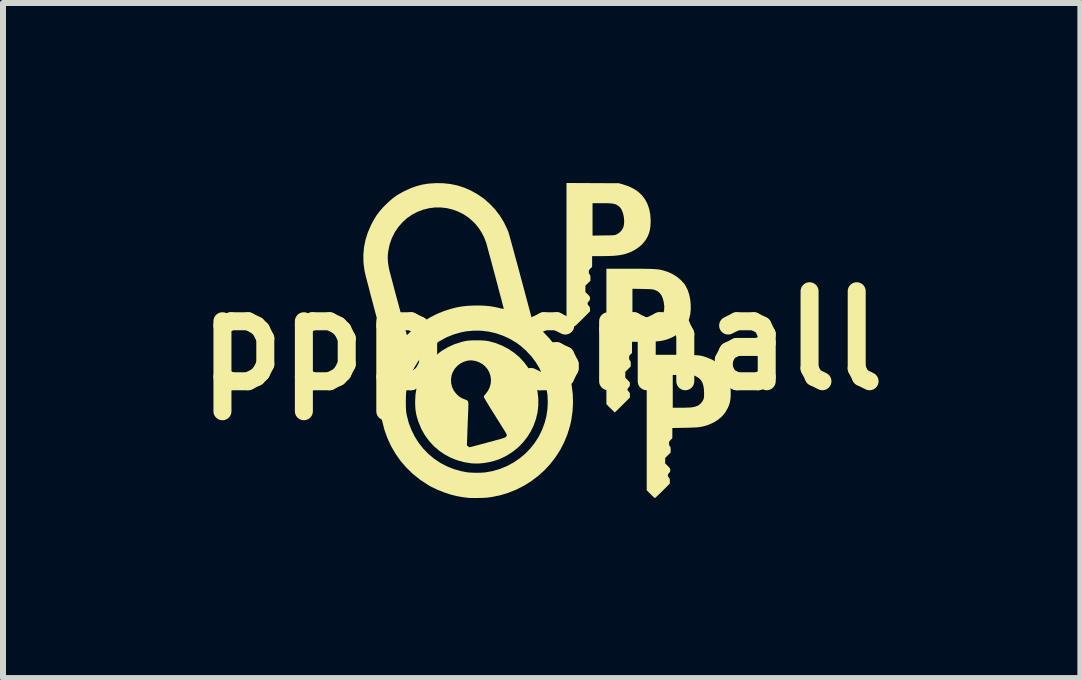
<source format=kicad_pcb>
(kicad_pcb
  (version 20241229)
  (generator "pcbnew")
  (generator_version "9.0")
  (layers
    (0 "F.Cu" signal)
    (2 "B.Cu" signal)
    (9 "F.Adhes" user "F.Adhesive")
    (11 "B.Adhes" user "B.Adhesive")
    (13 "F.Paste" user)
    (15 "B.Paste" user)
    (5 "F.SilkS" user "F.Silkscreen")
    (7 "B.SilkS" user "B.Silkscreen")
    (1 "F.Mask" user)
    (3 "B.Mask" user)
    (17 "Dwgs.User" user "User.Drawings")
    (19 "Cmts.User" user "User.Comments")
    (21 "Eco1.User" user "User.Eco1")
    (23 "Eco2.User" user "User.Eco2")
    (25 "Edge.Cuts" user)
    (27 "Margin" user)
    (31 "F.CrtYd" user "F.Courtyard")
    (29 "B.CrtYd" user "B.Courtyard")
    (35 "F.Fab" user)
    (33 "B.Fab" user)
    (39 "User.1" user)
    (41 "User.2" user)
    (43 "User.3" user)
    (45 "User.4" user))
  (footprint "ppp small"
    (layer "F.Cu")
    (at 5.979 2.626)
    (property "Reference" "ppp small" (at 0 0 0) (layer "F.SilkS") (effects (font (size 1.5 1.5) (thickness 0.3))))
    (attr board_only exclude_from_pos_files exclude_from_bom)
    (fp_poly (pts (xy 0.849 -2.624) (xy 1.285 -2.622) (xy 1.353 -2.603) (xy 1.448 -2.571) (xy 1.533 -2.53) (xy 1.606 -2.481) (xy 1.669 -2.423) (xy 1.72 -2.356) (xy 1.761 -2.28) (xy 1.79 -2.197) (xy 1.809 -2.104) (xy 1.816 -2.004) (xy 1.816 -1.985) (xy 1.812 -1.908) (xy 1.803 -1.842) (xy 1.786 -1.782) (xy 1.762 -1.726) (xy 1.733 -1.677) (xy 1.683 -1.614) (xy 1.622 -1.558) (xy 1.551 -1.51) (xy 1.473 -1.471) (xy 1.388 -1.442) (xy 1.364 -1.436) (xy 1.317 -1.426) (xy 1.266 -1.419) (xy 1.209 -1.413) (xy 1.144 -1.41) (xy 1.069 -1.408) (xy 1 -1.407) (xy 0.84 -1.407) (xy 0.84 -1.318) (xy 0.84 -1.228) (xy 0.812 -1.201) (xy 0.795 -1.182) (xy 0.787 -1.167) (xy 0.784 -1.149) (xy 0.784 -1.144) (xy 0.788 -1.118) (xy 0.798 -1.103) (xy 0.806 -1.093) (xy 0.81 -1.078) (xy 0.812 -1.055) (xy 0.812 -1.044) (xy 0.812 -0.997) (xy 0.77 -0.956) (xy 0.728 -0.914) (xy 0.728 -0.861) (xy 0.728 -0.808) (xy 0.767 -0.77) (xy 0.787 -0.75) (xy 0.798 -0.735) (xy 0.804 -0.721) (xy 0.805 -0.706) (xy 0.805 -0.703) (xy 0.802 -0.68) (xy 0.792 -0.662) (xy 0.784 -0.655) (xy 0.769 -0.634) (xy 0.763 -0.616) (xy 0.769 -0.597) (xy 0.784 -0.578) (xy 0.797 -0.563) (xy 0.803 -0.547) (xy 0.805 -0.525) (xy 0.805 -0.522) (xy 0.805 -0.487) (xy 0.681 -0.362) (xy 0.647 -0.328) (xy 0.615 -0.298) (xy 0.589 -0.272) (xy 0.568 -0.253) (xy 0.554 -0.241) (xy 0.55 -0.238) (xy 0.542 -0.243) (xy 0.527 -0.256) (xy 0.506 -0.275) (xy 0.482 -0.298) (xy 0.478 -0.303) (xy 0.413 -0.368) (xy 0.413 -1.497) (xy 0.413 -2.019) (xy 0.847 -2.019) (xy 0.847 -1.749) (xy 1.031 -1.752) (xy 1.087 -1.752) (xy 1.13 -1.753) (xy 1.164 -1.754) (xy 1.189 -1.755) (xy 1.208 -1.757) (xy 1.223 -1.76) (xy 1.235 -1.763) (xy 1.246 -1.768) (xy 1.252 -1.77) (xy 1.291 -1.795) (xy 1.325 -1.828) (xy 1.351 -1.868) (xy 1.363 -1.896) (xy 1.372 -1.943) (xy 1.374 -1.995) (xy 1.37 -2.049) (xy 1.36 -2.102) (xy 1.344 -2.151) (xy 1.325 -2.193) (xy 1.301 -2.224) (xy 1.298 -2.227) (xy 1.276 -2.245) (xy 1.255 -2.259) (xy 1.233 -2.27) (xy 1.206 -2.278) (xy 1.175 -2.283) (xy 1.135 -2.287) (xy 1.086 -2.289) (xy 1.026 -2.289) (xy 1.007 -2.289) (xy 0.847 -2.289) (xy 0.847 -2.019) (xy 0.413 -2.019) (xy 0.413 -2.626)) (stroke (width 0) (type solid)) (fill yes) (layer "F.SilkS"))
    (fp_poly (pts (xy 2.155 0.238) (xy 2.248 0.238) (xy 2.33 0.238) (xy 2.399 0.239) (xy 2.459 0.24) (xy 2.509 0.241) (xy 2.552 0.243) (xy 2.588 0.245) (xy 2.619 0.248) (xy 2.647 0.252) (xy 2.671 0.257) (xy 2.694 0.263) (xy 2.717 0.27) (xy 2.741 0.278) (xy 2.749 0.281) (xy 2.838 0.318) (xy 2.915 0.363) (xy 2.982 0.418) (xy 3.037 0.48) (xy 3.081 0.551) (xy 3.115 0.631) (xy 3.137 0.719) (xy 3.149 0.817) (xy 3.15 0.876) (xy 3.149 0.939) (xy 3.143 0.993) (xy 3.133 1.041) (xy 3.117 1.089) (xy 3.098 1.131) (xy 3.057 1.201) (xy 3.004 1.264) (xy 2.94 1.319) (xy 2.867 1.365) (xy 2.784 1.402) (xy 2.763 1.41) (xy 2.728 1.421) (xy 2.694 1.43) (xy 2.66 1.437) (xy 2.623 1.443) (xy 2.581 1.447) (xy 2.533 1.45) (xy 2.475 1.452) (xy 2.406 1.454) (xy 2.382 1.454) (xy 2.177 1.458) (xy 2.177 1.543) (xy 2.177 1.628) (xy 2.149 1.656) (xy 2.133 1.673) (xy 2.124 1.688) (xy 2.122 1.706) (xy 2.121 1.716) (xy 2.124 1.741) (xy 2.132 1.758) (xy 2.135 1.761) (xy 2.143 1.771) (xy 2.148 1.786) (xy 2.149 1.809) (xy 2.149 1.82) (xy 2.149 1.866) (xy 2.104 1.911) (xy 2.058 1.956) (xy 2.058 2.002) (xy 2.058 2.048) (xy 2.1 2.09) (xy 2.121 2.111) (xy 2.134 2.127) (xy 2.14 2.14) (xy 2.142 2.154) (xy 2.142 2.16) (xy 2.14 2.183) (xy 2.129 2.201) (xy 2.121 2.209) (xy 2.104 2.232) (xy 2.101 2.255) (xy 2.112 2.276) (xy 2.118 2.282) (xy 2.128 2.294) (xy 2.133 2.308) (xy 2.135 2.328) (xy 2.135 2.341) (xy 2.135 2.384) (xy 2.014 2.505) (xy 1.981 2.538) (xy 1.95 2.568) (xy 1.924 2.593) (xy 1.903 2.612) (xy 1.891 2.623) (xy 1.887 2.625) (xy 1.879 2.621) (xy 1.864 2.608) (xy 1.844 2.589) (xy 1.819 2.565) (xy 1.815 2.561) (xy 1.75 2.496) (xy 1.75 1.367) (xy 1.75 0.847) (xy 2.184 0.847) (xy 2.184 1.12) (xy 2.319 1.12) (xy 2.365 1.12) (xy 2.411 1.118) (xy 2.452 1.117) (xy 2.485 1.115) (xy 2.505 1.113) (xy 2.563 1.101) (xy 2.61 1.081) (xy 2.648 1.051) (xy 2.679 1.012) (xy 2.687 0.998) (xy 2.695 0.982) (xy 2.7 0.967) (xy 2.704 0.951) (xy 2.705 0.929) (xy 2.706 0.898) (xy 2.706 0.875) (xy 2.703 0.805) (xy 2.693 0.747) (xy 2.677 0.698) (xy 2.652 0.659) (xy 2.62 0.627) (xy 2.58 0.602) (xy 2.532 0.578) (xy 2.358 0.575) (xy 2.184 0.573) (xy 2.184 0.847) (xy 1.75 0.847) (xy 1.75 0.238)) (stroke (width 0) (type solid)) (fill yes) (layer "F.SilkS"))
    (fp_poly (pts (xy 1.558 -1.197) (xy 1.639 -1.197) (xy 1.707 -1.196) (xy 1.766 -1.195) (xy 1.816 -1.194) (xy 1.859 -1.192) (xy 1.895 -1.19) (xy 1.926 -1.187) (xy 1.954 -1.184) (xy 1.979 -1.179) (xy 2.004 -1.174) (xy 2.027 -1.168) (xy 2.11 -1.141) (xy 2.188 -1.104) (xy 2.26 -1.058) (xy 2.323 -1.004) (xy 2.376 -0.945) (xy 2.4 -0.907) (xy 2.433 -0.842) (xy 2.458 -0.767) (xy 2.475 -0.687) (xy 2.483 -0.604) (xy 2.484 -0.52) (xy 2.476 -0.44) (xy 2.458 -0.365) (xy 2.45 -0.34) (xy 2.417 -0.272) (xy 2.373 -0.209) (xy 2.318 -0.151) (xy 2.254 -0.1) (xy 2.187 -0.06) (xy 2.142 -0.039) (xy 2.098 -0.022) (xy 2.052 -0.008) (xy 2.004 0.003) (xy 1.95 0.011) (xy 1.89 0.016) (xy 1.82 0.019) (xy 1.739 0.021) (xy 1.699 0.021) (xy 1.505 0.021) (xy 1.505 0.114) (xy 1.505 0.207) (xy 1.481 0.231) (xy 1.465 0.248) (xy 1.458 0.264) (xy 1.456 0.286) (xy 1.456 0.287) (xy 1.459 0.313) (xy 1.467 0.329) (xy 1.47 0.333) (xy 1.479 0.343) (xy 1.483 0.359) (xy 1.484 0.384) (xy 1.484 0.388) (xy 1.484 0.431) (xy 1.439 0.476) (xy 1.393 0.521) (xy 1.393 0.571) (xy 1.393 0.62) (xy 1.432 0.658) (xy 1.451 0.678) (xy 1.463 0.693) (xy 1.468 0.706) (xy 1.47 0.722) (xy 1.47 0.728) (xy 1.468 0.751) (xy 1.461 0.768) (xy 1.449 0.781) (xy 1.436 0.797) (xy 1.429 0.812) (xy 1.428 0.816) (xy 1.433 0.83) (xy 1.445 0.846) (xy 1.449 0.851) (xy 1.462 0.864) (xy 1.468 0.879) (xy 1.47 0.899) (xy 1.47 0.91) (xy 1.47 0.949) (xy 1.346 1.073) (xy 1.312 1.107) (xy 1.281 1.137) (xy 1.255 1.163) (xy 1.235 1.182) (xy 1.222 1.194) (xy 1.218 1.197) (xy 1.212 1.192) (xy 1.198 1.18) (xy 1.178 1.16) (xy 1.154 1.137) (xy 1.146 1.129) (xy 1.078 1.06) (xy 1.078 -0.068) (xy 1.078 -0.589) (xy 1.512 -0.589) (xy 1.512 -0.315) (xy 1.669 -0.315) (xy 1.72 -0.315) (xy 1.767 -0.316) (xy 1.808 -0.318) (xy 1.84 -0.32) (xy 1.861 -0.322) (xy 1.864 -0.323) (xy 1.92 -0.341) (xy 1.966 -0.368) (xy 2.001 -0.404) (xy 2.026 -0.449) (xy 2.04 -0.503) (xy 2.043 -0.565) (xy 2.035 -0.635) (xy 2.034 -0.64) (xy 2.018 -0.702) (xy 1.997 -0.751) (xy 1.968 -0.791) (xy 1.932 -0.821) (xy 1.891 -0.841) (xy 1.877 -0.846) (xy 1.863 -0.85) (xy 1.847 -0.853) (xy 1.826 -0.855) (xy 1.799 -0.857) (xy 1.763 -0.858) (xy 1.716 -0.859) (xy 1.682 -0.86) (xy 1.512 -0.863) (xy 1.512 -0.589) (xy 1.078 -0.589) (xy 1.078 -1.197) (xy 1.465 -1.197)) (stroke (width 0) (type solid)) (fill yes) (layer "F.SilkS"))
    (fp_poly (pts (xy -1.019 -0.003) (xy -0.964 -0.000214) (xy -0.917 0.005) (xy -0.889 0.009) (xy -0.771 0.041) (xy -0.659 0.085) (xy -0.554 0.14) (xy -0.458 0.205) (xy -0.37 0.28) (xy -0.292 0.364) (xy -0.224 0.456) (xy -0.166 0.556) (xy -0.12 0.664) (xy -0.085 0.777) (xy -0.07 0.85) (xy -0.057 0.968) (xy -0.057 1.083) (xy -0.07 1.197) (xy -0.096 1.307) (xy -0.134 1.414) (xy -0.183 1.515) (xy -0.243 1.611) (xy -0.313 1.7) (xy -0.393 1.781) (xy -0.483 1.853) (xy -0.582 1.917) (xy -0.688 1.969) (xy -0.714 1.98) (xy -0.795 2.007) (xy -0.884 2.028) (xy -0.975 2.043) (xy -1.065 2.05) (xy -1.15 2.048) (xy -1.169 2.047) (xy -1.289 2.028) (xy -1.404 1.997) (xy -1.513 1.954) (xy -1.616 1.9) (xy -1.711 1.835) (xy -1.798 1.76) (xy -1.876 1.675) (xy -1.945 1.582) (xy -2.003 1.48) (xy -2.049 1.371) (xy -2.058 1.346) (xy -2.079 1.279) (xy -2.094 1.218) (xy -2.103 1.159) (xy -2.108 1.095) (xy -2.11 1.023) (xy -2.11 1.019) (xy -2.104 0.901) (xy -2.086 0.788) (xy -2.055 0.681) (xy -2.04 0.645) (xy -1.512 0.645) (xy -1.509 0.711) (xy -1.494 0.774) (xy -1.466 0.834) (xy -1.427 0.885) (xy -1.382 0.928) (xy -1.333 0.96) (xy -1.284 0.98) (xy -1.263 0.988) (xy -1.247 0.995) (xy -1.236 1.003) (xy -1.228 1.016) (xy -1.224 1.034) (xy -1.222 1.059) (xy -1.223 1.093) (xy -1.224 1.139) (xy -1.225 1.166) (xy -1.227 1.21) (xy -1.229 1.266) (xy -1.232 1.328) (xy -1.234 1.394) (xy -1.237 1.46) (xy -1.239 1.523) (xy -1.239 1.526) (xy -1.247 1.747) (xy -1.229 1.762) (xy -1.215 1.773) (xy -1.204 1.778) (xy -1.204 1.778) (xy -1.196 1.777) (xy -1.176 1.772) (xy -1.145 1.764) (xy -1.105 1.753) (xy -1.057 1.741) (xy -1.003 1.726) (xy -0.943 1.711) (xy -0.905 1.7) (xy -0.832 1.681) (xy -0.772 1.664) (xy -0.723 1.651) (xy -0.683 1.64) (xy -0.653 1.63) (xy -0.631 1.623) (xy -0.615 1.616) (xy -0.604 1.611) (xy -0.598 1.606) (xy -0.597 1.605) (xy -0.586 1.59) (xy -0.581 1.577) (xy -0.581 1.576) (xy -0.585 1.565) (xy -0.594 1.546) (xy -0.608 1.522) (xy -0.612 1.516) (xy -0.622 1.499) (xy -0.639 1.472) (xy -0.661 1.437) (xy -0.688 1.394) (xy -0.718 1.345) (xy -0.751 1.293) (xy -0.786 1.237) (xy -0.804 1.209) (xy -0.838 1.154) (xy -0.87 1.103) (xy -0.898 1.056) (xy -0.923 1.015) (xy -0.942 0.982) (xy -0.957 0.957) (xy -0.965 0.941) (xy -0.966 0.937) (xy -0.962 0.925) (xy -0.95 0.907) (xy -0.936 0.891) (xy -0.895 0.837) (xy -0.866 0.777) (xy -0.85 0.715) (xy -0.846 0.65) (xy -0.855 0.586) (xy -0.877 0.524) (xy -0.903 0.478) (xy -0.944 0.429) (xy -0.993 0.389) (xy -1.049 0.359) (xy -1.109 0.339) (xy -1.171 0.33) (xy -1.23 0.334) (xy -1.295 0.352) (xy -1.354 0.381) (xy -1.406 0.421) (xy -1.449 0.469) (xy -1.482 0.525) (xy -1.502 0.578) (xy -1.512 0.645) (xy -2.04 0.645) (xy -2.011 0.576) (xy -1.954 0.472) (xy -1.935 0.442) (xy -1.909 0.407) (xy -1.875 0.367) (xy -1.836 0.324) (xy -1.793 0.281) (xy -1.75 0.24) (xy -1.71 0.204) (xy -1.674 0.177) (xy -1.666 0.171) (xy -1.561 0.109) (xy -1.448 0.059) (xy -1.33 0.021) (xy -1.281 0.01) (xy -1.242 0.003) (xy -1.193 -0.001) (xy -1.137 -0.004) (xy -1.077 -0.004)) (stroke (width 0) (type solid)) (fill yes) (layer "F.SilkS"))
    (fp_poly (pts (xy -1.642 -2.622) (xy -1.522 -2.609) (xy -1.405 -2.585) (xy -1.291 -2.548) (xy -1.179 -2.499) (xy -1.067 -2.436) (xy -0.962 -2.363) (xy -0.865 -2.278) (xy -0.776 -2.184) (xy -0.698 -2.082) (xy -0.631 -1.973) (xy -0.575 -1.857) (xy -0.553 -1.802) (xy -0.55 -1.79) (xy -0.542 -1.765) (xy -0.532 -1.728) (xy -0.519 -1.68) (xy -0.503 -1.623) (xy -0.485 -1.557) (xy -0.465 -1.483) (xy -0.443 -1.402) (xy -0.419 -1.315) (xy -0.394 -1.223) (xy -0.368 -1.127) (xy -0.342 -1.027) (xy -0.34 -1.022) (xy -0.143 -0.285) (xy -0.077 -0.232) (xy 0.034 -0.134) (xy 0.135 -0.028) (xy 0.224 0.087) (xy 0.303 0.208) (xy 0.37 0.335) (xy 0.425 0.468) (xy 0.468 0.605) (xy 0.499 0.745) (xy 0.517 0.888) (xy 0.522 1.033) (xy 0.514 1.179) (xy 0.493 1.325) (xy 0.472 1.419) (xy 0.429 1.56) (xy 0.374 1.695) (xy 0.308 1.823) (xy 0.23 1.944) (xy 0.143 2.057) (xy 0.046 2.162) (xy -0.06 2.257) (xy -0.174 2.343) (xy -0.295 2.419) (xy -0.423 2.484) (xy -0.557 2.538) (xy -0.696 2.58) (xy -0.84 2.609) (xy -0.912 2.618) (xy -0.939 2.62) (xy -0.975 2.622) (xy -1.018 2.623) (xy -1.064 2.624) (xy -1.11 2.624) (xy -1.153 2.624) (xy -1.19 2.624) (xy -1.219 2.622) (xy -1.232 2.621) (xy -1.247 2.619) (xy -1.271 2.616) (xy -1.301 2.612) (xy -1.313 2.611) (xy -1.415 2.593) (xy -1.522 2.566) (xy -1.631 2.53) (xy -1.738 2.487) (xy -1.84 2.438) (xy -1.904 2.401) (xy -2.031 2.317) (xy -2.148 2.223) (xy -2.255 2.119) (xy -2.351 2.008) (xy -2.436 1.888) (xy -2.51 1.761) (xy -2.572 1.627) (xy -2.622 1.487) (xy -2.659 1.341) (xy -2.668 1.295) (xy -2.676 1.232) (xy -2.683 1.16) (xy -2.687 1.082) (xy -2.688 1.015) (xy -2.265 1.015) (xy -2.264 1.069) (xy -2.264 1.111) (xy -2.262 1.145) (xy -2.26 1.175) (xy -2.257 1.202) (xy -2.252 1.23) (xy -2.249 1.245) (xy -2.217 1.37) (xy -2.172 1.489) (xy -2.116 1.601) (xy -2.05 1.706) (xy -1.973 1.803) (xy -1.887 1.891) (xy -1.793 1.97) (xy -1.69 2.039) (xy -1.581 2.096) (xy -1.464 2.143) (xy -1.342 2.177) (xy -1.25 2.195) (xy -1.201 2.2) (xy -1.143 2.203) (xy -1.082 2.204) (xy -1.021 2.203) (xy -0.967 2.2) (xy -0.945 2.198) (xy -0.82 2.176) (xy -0.699 2.141) (xy -0.582 2.093) (xy -0.47 2.033) (xy -0.365 1.962) (xy -0.269 1.88) (xy -0.194 1.803) (xy -0.116 1.704) (xy -0.049 1.6) (xy 0.005 1.49) (xy 0.047 1.378) (xy 0.077 1.263) (xy 0.095 1.146) (xy 0.101 1.028) (xy 0.096 0.91) (xy 0.079 0.794) (xy 0.051 0.68) (xy 0.012 0.568) (xy -0.039 0.461) (xy -0.101 0.358) (xy -0.173 0.262) (xy -0.257 0.172) (xy -0.351 0.089) (xy -0.424 0.036) (xy -0.532 -0.029) (xy -0.646 -0.081) (xy -0.765 -0.122) (xy -0.887 -0.149) (xy -1.011 -0.164) (xy -1.136 -0.165) (xy -1.261 -0.153) (xy -1.344 -0.137) (xy -1.467 -0.102) (xy -1.584 -0.055) (xy -1.694 0.004) (xy -1.798 0.074) (xy -1.893 0.154) (xy -1.979 0.243) (xy -2.056 0.341) (xy -2.122 0.447) (xy -2.176 0.559) (xy -2.208 0.644) (xy -2.227 0.702) (xy -2.24 0.753) (xy -2.251 0.801) (xy -2.258 0.849) (xy -2.262 0.901) (xy -2.264 0.961) (xy -2.265 1.015) (xy -2.688 1.015) (xy -2.688 1.003) (xy -2.686 0.926) (xy -2.682 0.856) (xy -2.678 0.82) (xy -2.655 0.684) (xy -2.62 0.549) (xy -2.575 0.419) (xy -2.57 0.408) (xy -2.551 0.361) (xy -2.746 -0.364) (xy -2.773 -0.464) (xy -2.798 -0.561) (xy -2.823 -0.654) (xy -2.847 -0.743) (xy -2.868 -0.826) (xy -2.888 -0.903) (xy -2.906 -0.972) (xy -2.922 -1.032) (xy -2.935 -1.083) (xy -2.944 -1.123) (xy -2.951 -1.152) (xy -2.954 -1.167) (xy -2.971 -1.298) (xy -2.972 -1.378) (xy -2.567 -1.378) (xy -2.562 -1.3) (xy -2.549 -1.216) (xy -2.532 -1.142) (xy -2.518 -1.091) (xy -2.503 -1.033) (xy -2.486 -0.969) (xy -2.468 -0.9) (xy -2.449 -0.828) (xy -2.429 -0.753) (xy -2.408 -0.677) (xy -2.387 -0.6) (xy -2.367 -0.525) (xy -2.347 -0.452) (xy -2.328 -0.382) (xy -2.311 -0.317) (xy -2.294 -0.258) (xy -2.28 -0.206) (xy -2.268 -0.162) (xy -2.258 -0.128) (xy -2.251 -0.104) (xy -2.248 -0.092) (xy -2.247 -0.091) (xy -2.241 -0.096) (xy -2.227 -0.108) (xy -2.21 -0.125) (xy -2.209 -0.127) (xy -2.133 -0.198) (xy -2.046 -0.267) (xy -1.95 -0.332) (xy -1.849 -0.392) (xy -1.745 -0.444) (xy -1.64 -0.487) (xy -1.607 -0.499) (xy -1.511 -0.529) (xy -1.421 -0.552) (xy -1.333 -0.568) (xy -1.243 -0.578) (xy -1.146 -0.583) (xy -1.085 -0.584) (xy -1.002 -0.583) (xy -0.928 -0.579) (xy -0.859 -0.572) (xy -0.792 -0.561) (xy -0.722 -0.546) (xy -0.708 -0.542) (xy -0.678 -0.535) (xy -0.653 -0.53) (xy -0.637 -0.527) (xy -0.633 -0.527) (xy -0.634 -0.534) (xy -0.639 -0.553) (xy -0.646 -0.584) (xy -0.657 -0.624) (xy -0.669 -0.673) (xy -0.684 -0.729) (xy -0.701 -0.791) (xy -0.719 -0.859) (xy -0.737 -0.93) (xy -0.757 -1.004) (xy -0.777 -1.079) (xy -0.797 -1.154) (xy -0.817 -1.228) (xy -0.836 -1.3) (xy -0.854 -1.368) (xy -0.872 -1.431) (xy -0.887 -1.489) (xy -0.901 -1.539) (xy -0.912 -1.581) (xy -0.921 -1.613) (xy -0.927 -1.634) (xy -0.928 -1.636) (xy -0.958 -1.715) (xy -0.998 -1.794) (xy -1.047 -1.871) (xy -1.103 -1.941) (xy -1.132 -1.972) (xy -1.212 -2.043) (xy -1.298 -2.102) (xy -1.389 -2.148) (xy -1.484 -2.183) (xy -1.582 -2.207) (xy -1.681 -2.218) (xy -1.781 -2.218) (xy -1.88 -2.205) (xy -1.978 -2.181) (xy -2.072 -2.145) (xy -2.162 -2.098) (xy -2.247 -2.038) (xy -2.317 -1.975) (xy -2.39 -1.892) (xy -2.45 -1.803) (xy -2.498 -1.707) (xy -2.534 -1.604) (xy -2.557 -1.495) (xy -2.563 -1.453) (xy -2.567 -1.378) (xy -2.972 -1.378) (xy -2.973 -1.426) (xy -2.962 -1.553) (xy -2.937 -1.678) (xy -2.898 -1.802) (xy -2.845 -1.925) (xy -2.838 -1.939) (xy -2.796 -2.017) (xy -2.753 -2.086) (xy -2.706 -2.149) (xy -2.653 -2.211) (xy -2.604 -2.261) (xy -2.539 -2.323) (xy -2.476 -2.376) (xy -2.412 -2.422) (xy -2.341 -2.463) (xy -2.286 -2.492) (xy -2.184 -2.539) (xy -2.085 -2.574) (xy -1.987 -2.6) (xy -1.885 -2.616) (xy -1.775 -2.623) (xy -1.77 -2.624)) (stroke (width 0) (type solid)) (fill yes) (layer "F.SilkS")))
  (gr_rect
    (start -3 -3)
    (end 14.957 8.251)
    (stroke (width 0.1) (type default))
    (fill no)
    (layer "Edge.Cuts")))
</source>
